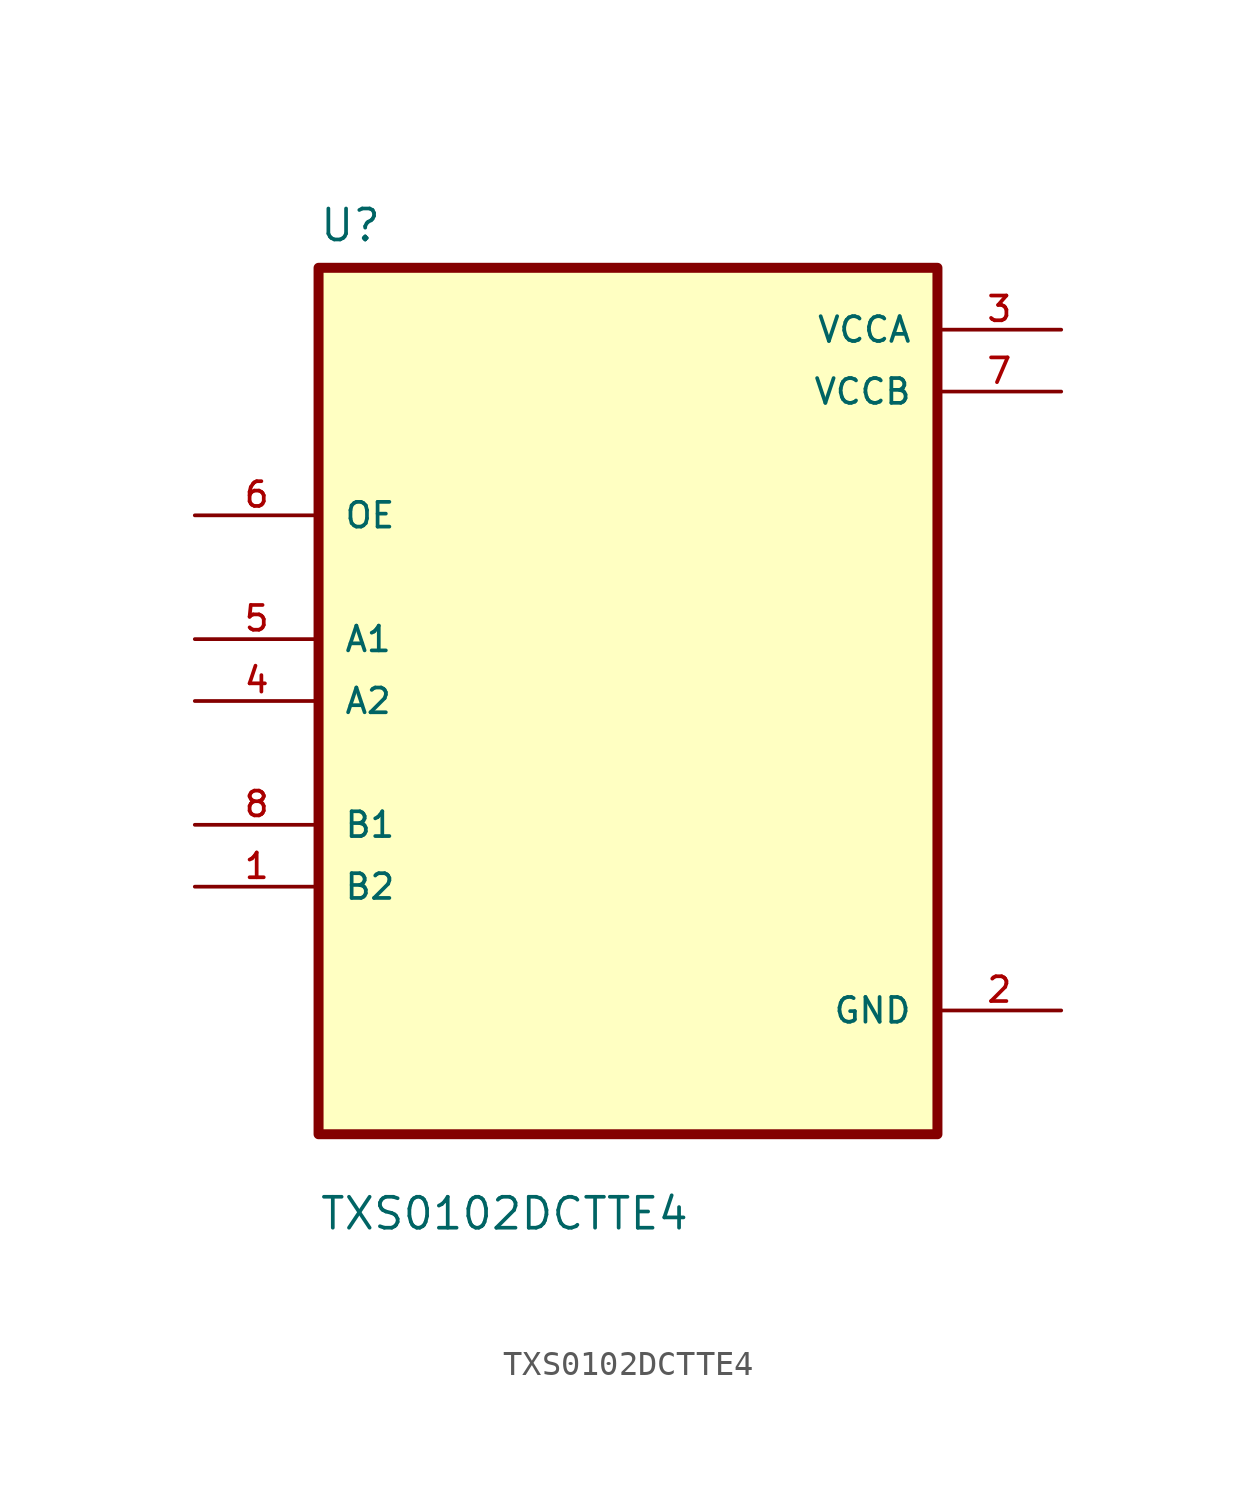
<source format=kicad_sym>
(kicad_symbol_lib
  (version 20211014)
  (generator kicad_symbol_editor)
  (symbol "TXS0102DCTTE4"
    (pin_names
      (offset 1.016))
    (property "Reference" "U"
      (at -12.7 18.78 0.0)
      (effects (font (size 1.27 1.27)) (justify bottom left)))
    (property "Value" "TXS0102DCTTE4"
      (at -12.7 -21.78 0.0)
      (effects (font (size 1.27 1.27)) (justify bottom left)))
    (symbol "TXS0102DCTTE4_0_0"
      (rectangle (start -12.7 -17.78) (end 12.7 17.78) (stroke (width 0.41)) (fill (type background)))
      (pin input line (at -17.78 7.62 0) (length 5.08) (name "OE" (effects (font (size 1.016 1.016)))) (number "6" (effects (font (size 1.016 1.016)))))
      (pin bidirectional line (at -17.78 2.54 0) (length 5.08) (name "A1" (effects (font (size 1.016 1.016)))) (number "5" (effects (font (size 1.016 1.016)))))
      (pin bidirectional line (at -17.78 8.88178e-16 0) (length 5.08) (name "A2" (effects (font (size 1.016 1.016)))) (number "4" (effects (font (size 1.016 1.016)))))
      (pin bidirectional line (at -17.78 -5.08 0) (length 5.08) (name "B1" (effects (font (size 1.016 1.016)))) (number "8" (effects (font (size 1.016 1.016)))))
      (pin bidirectional line (at -17.78 -7.62 0) (length 5.08) (name "B2" (effects (font (size 1.016 1.016)))) (number "1" (effects (font (size 1.016 1.016)))))
      (pin power_in line (at 17.78 15.24 180.0) (length 5.08) (name "VCCA" (effects (font (size 1.016 1.016)))) (number "3" (effects (font (size 1.016 1.016)))))
      (pin power_in line (at 17.78 12.7 180.0) (length 5.08) (name "VCCB" (effects (font (size 1.016 1.016)))) (number "7" (effects (font (size 1.016 1.016)))))
      (pin power_in line (at 17.78 -12.7 180.0) (length 5.08) (name "GND" (effects (font (size 1.016 1.016)))) (number "2" (effects (font (size 1.016 1.016))))))))
</source>
